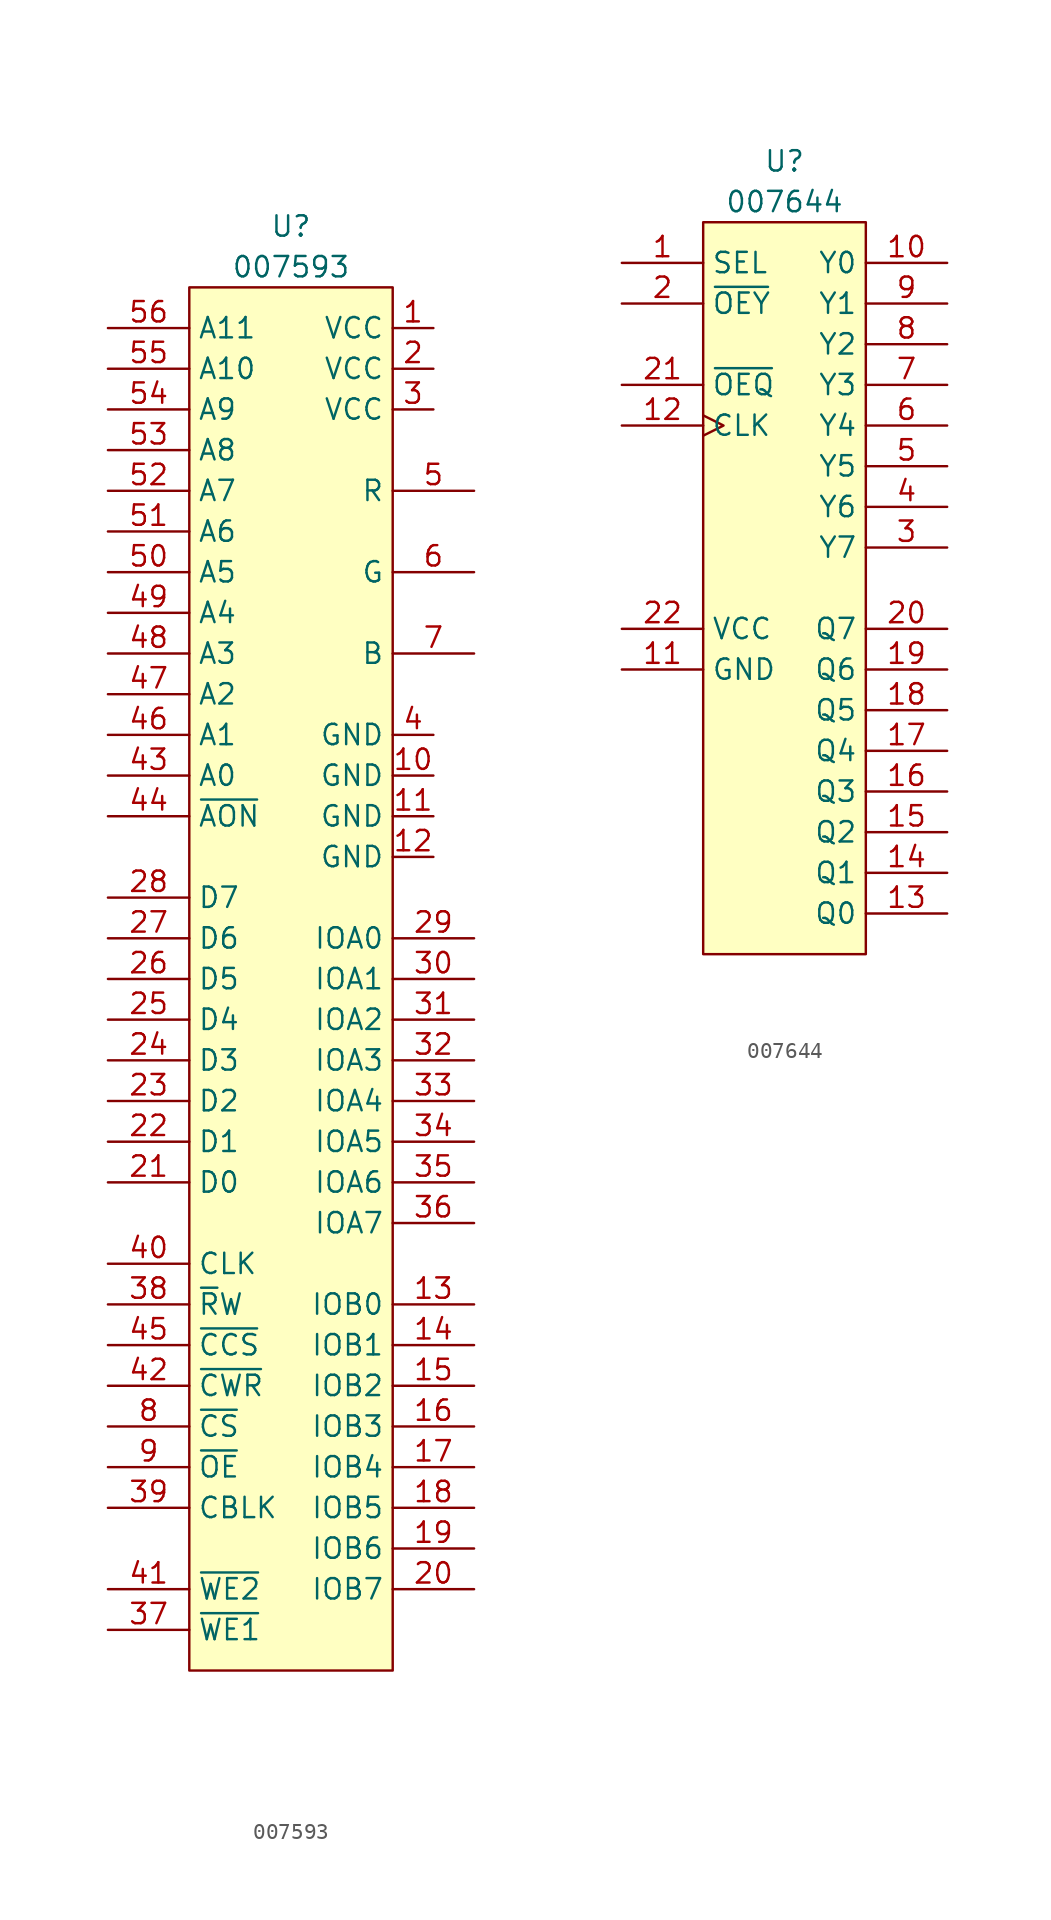
<source format=kicad_sym>
(kicad_symbol_lib
  (version 20231120)
  (generator "kicad_symbol_editor")
  (generator_version "8.0")
  (symbol "007593"
    (property "Reference" "U"
      (at 0 46.99 0)
      (effects (font (size 1.27 1.27))))
    (property "Value" "007593"
      (at 0 44.45 0)
      (effects (font (size 1.27 1.27))))
    (symbol "007593_1_1"
      (rectangle (start -6.35 43.18) (end 6.35 -43.18) (stroke (width 0) (type default)) (fill (type background)))
      (pin power_in line (at 8.89 40.64 180) (length 2.54) (name "VCC" (effects (font (size 1.27 1.27)))) (number "1" (effects (font (size 1.27 1.27)))))
      (pin power_in line (at 8.89 12.7 180) (length 2.54) (name "GND" (effects (font (size 1.27 1.27)))) (number "10" (effects (font (size 1.27 1.27)))))
      (pin power_in line (at 8.89 10.16 180) (length 2.54) (name "GND" (effects (font (size 1.27 1.27)))) (number "11" (effects (font (size 1.27 1.27)))))
      (pin power_in line (at 8.89 7.62 180) (length 2.54) (name "GND" (effects (font (size 1.27 1.27)))) (number "12" (effects (font (size 1.27 1.27)))))
      (pin tri_state line (at 11.43 -20.32 180) (length 5.08) (name "IOB0" (effects (font (size 1.27 1.27)))) (number "13" (effects (font (size 1.27 1.27)))))
      (pin tri_state line (at 11.43 -22.86 180) (length 5.08) (name "IOB1" (effects (font (size 1.27 1.27)))) (number "14" (effects (font (size 1.27 1.27)))))
      (pin tri_state line (at 11.43 -25.4 180) (length 5.08) (name "IOB2" (effects (font (size 1.27 1.27)))) (number "15" (effects (font (size 1.27 1.27)))))
      (pin tri_state line (at 11.43 -27.94 180) (length 5.08) (name "IOB3" (effects (font (size 1.27 1.27)))) (number "16" (effects (font (size 1.27 1.27)))))
      (pin tri_state line (at 11.43 -30.48 180) (length 5.08) (name "IOB4" (effects (font (size 1.27 1.27)))) (number "17" (effects (font (size 1.27 1.27)))))
      (pin tri_state line (at 11.43 -33.02 180) (length 5.08) (name "IOB5" (effects (font (size 1.27 1.27)))) (number "18" (effects (font (size 1.27 1.27)))))
      (pin tri_state line (at 11.43 -35.56 180) (length 5.08) (name "IOB6" (effects (font (size 1.27 1.27)))) (number "19" (effects (font (size 1.27 1.27)))))
      (pin power_in line (at 8.89 38.1 180) (length 2.54) (name "VCC" (effects (font (size 1.27 1.27)))) (number "2" (effects (font (size 1.27 1.27)))))
      (pin tri_state line (at 11.43 -38.1 180) (length 5.08) (name "IOB7" (effects (font (size 1.27 1.27)))) (number "20" (effects (font (size 1.27 1.27)))))
      (pin input line (at -11.43 -12.7 0) (length 5.08) (name "D0" (effects (font (size 1.27 1.27)))) (number "21" (effects (font (size 1.27 1.27)))))
      (pin input line (at -11.43 -10.16 0) (length 5.08) (name "D1" (effects (font (size 1.27 1.27)))) (number "22" (effects (font (size 1.27 1.27)))))
      (pin input line (at -11.43 -7.62 0) (length 5.08) (name "D2" (effects (font (size 1.27 1.27)))) (number "23" (effects (font (size 1.27 1.27)))))
      (pin input line (at -11.43 -5.08 0) (length 5.08) (name "D3" (effects (font (size 1.27 1.27)))) (number "24" (effects (font (size 1.27 1.27)))))
      (pin input line (at -11.43 -2.54 0) (length 5.08) (name "D4" (effects (font (size 1.27 1.27)))) (number "25" (effects (font (size 1.27 1.27)))))
      (pin input line (at -11.43 0 0) (length 5.08) (name "D5" (effects (font (size 1.27 1.27)))) (number "26" (effects (font (size 1.27 1.27)))))
      (pin input line (at -11.43 2.54 0) (length 5.08) (name "D6" (effects (font (size 1.27 1.27)))) (number "27" (effects (font (size 1.27 1.27)))))
      (pin input line (at -11.43 5.08 0) (length 5.08) (name "D7" (effects (font (size 1.27 1.27)))) (number "28" (effects (font (size 1.27 1.27)))))
      (pin tri_state line (at 11.43 2.54 180) (length 5.08) (name "IOA0" (effects (font (size 1.27 1.27)))) (number "29" (effects (font (size 1.27 1.27)))))
      (pin power_in line (at 8.89 35.56 180) (length 2.54) (name "VCC" (effects (font (size 1.27 1.27)))) (number "3" (effects (font (size 1.27 1.27)))))
      (pin tri_state line (at 11.43 0 180) (length 5.08) (name "IOA1" (effects (font (size 1.27 1.27)))) (number "30" (effects (font (size 1.27 1.27)))))
      (pin tri_state line (at 11.43 -2.54 180) (length 5.08) (name "IOA2" (effects (font (size 1.27 1.27)))) (number "31" (effects (font (size 1.27 1.27)))))
      (pin tri_state line (at 11.43 -5.08 180) (length 5.08) (name "IOA3" (effects (font (size 1.27 1.27)))) (number "32" (effects (font (size 1.27 1.27)))))
      (pin tri_state line (at 11.43 -7.62 180) (length 5.08) (name "IOA4" (effects (font (size 1.27 1.27)))) (number "33" (effects (font (size 1.27 1.27)))))
      (pin tri_state line (at 11.43 -10.16 180) (length 5.08) (name "IOA5" (effects (font (size 1.27 1.27)))) (number "34" (effects (font (size 1.27 1.27)))))
      (pin tri_state line (at 11.43 -12.7 180) (length 5.08) (name "IOA6" (effects (font (size 1.27 1.27)))) (number "35" (effects (font (size 1.27 1.27)))))
      (pin tri_state line (at 11.43 -15.24 180) (length 5.08) (name "IOA7" (effects (font (size 1.27 1.27)))) (number "36" (effects (font (size 1.27 1.27)))))
      (pin input line (at -11.43 -40.64 0) (length 5.08) (name "~{WE1}" (effects (font (size 1.27 1.27)))) (number "37" (effects (font (size 1.27 1.27)))))
      (pin input line (at -11.43 -20.32 0) (length 5.08) (name "~{R}W" (effects (font (size 1.27 1.27)))) (number "38" (effects (font (size 1.27 1.27)))))
      (pin input line (at -11.43 -33.02 0) (length 5.08) (name "CBLK" (effects (font (size 1.27 1.27)))) (number "39" (effects (font (size 1.27 1.27)))))
      (pin power_in line (at 8.89 15.24 180) (length 2.54) (name "GND" (effects (font (size 1.27 1.27)))) (number "4" (effects (font (size 1.27 1.27)))))
      (pin input line (at -11.43 -17.78 0) (length 5.08) (name "CLK" (effects (font (size 1.27 1.27)))) (number "40" (effects (font (size 1.27 1.27)))))
      (pin input line (at -11.43 -38.1 0) (length 5.08) (name "~{WE2}" (effects (font (size 1.27 1.27)))) (number "41" (effects (font (size 1.27 1.27)))))
      (pin input line (at -11.43 -25.4 0) (length 5.08) (name "~{CWR}" (effects (font (size 1.27 1.27)))) (number "42" (effects (font (size 1.27 1.27)))))
      (pin input line (at -11.43 12.7 0) (length 5.08) (name "A0" (effects (font (size 1.27 1.27)))) (number "43" (effects (font (size 1.27 1.27)))))
      (pin input line (at -11.43 10.16 0) (length 5.08) (name "~{AON}" (effects (font (size 1.27 1.27)))) (number "44" (effects (font (size 1.27 1.27)))))
      (pin input line (at -11.43 -22.86 0) (length 5.08) (name "~{CCS}" (effects (font (size 1.27 1.27)))) (number "45" (effects (font (size 1.27 1.27)))))
      (pin input line (at -11.43 15.24 0) (length 5.08) (name "A1" (effects (font (size 1.27 1.27)))) (number "46" (effects (font (size 1.27 1.27)))))
      (pin input line (at -11.43 17.78 0) (length 5.08) (name "A2" (effects (font (size 1.27 1.27)))) (number "47" (effects (font (size 1.27 1.27)))))
      (pin input line (at -11.43 20.32 0) (length 5.08) (name "A3" (effects (font (size 1.27 1.27)))) (number "48" (effects (font (size 1.27 1.27)))))
      (pin input line (at -11.43 22.86 0) (length 5.08) (name "A4" (effects (font (size 1.27 1.27)))) (number "49" (effects (font (size 1.27 1.27)))))
      (pin output line (at 11.43 30.48 180) (length 5.08) (name "R" (effects (font (size 1.27 1.27)))) (number "5" (effects (font (size 1.27 1.27)))))
      (pin input line (at -11.43 25.4 0) (length 5.08) (name "A5" (effects (font (size 1.27 1.27)))) (number "50" (effects (font (size 1.27 1.27)))))
      (pin input line (at -11.43 27.94 0) (length 5.08) (name "A6" (effects (font (size 1.27 1.27)))) (number "51" (effects (font (size 1.27 1.27)))))
      (pin input line (at -11.43 30.48 0) (length 5.08) (name "A7" (effects (font (size 1.27 1.27)))) (number "52" (effects (font (size 1.27 1.27)))))
      (pin input line (at -11.43 33.02 0) (length 5.08) (name "A8" (effects (font (size 1.27 1.27)))) (number "53" (effects (font (size 1.27 1.27)))))
      (pin input line (at -11.43 35.56 0) (length 5.08) (name "A9" (effects (font (size 1.27 1.27)))) (number "54" (effects (font (size 1.27 1.27)))))
      (pin input line (at -11.43 38.1 0) (length 5.08) (name "A10" (effects (font (size 1.27 1.27)))) (number "55" (effects (font (size 1.27 1.27)))))
      (pin input line (at -11.43 40.64 0) (length 5.08) (name "A11" (effects (font (size 1.27 1.27)))) (number "56" (effects (font (size 1.27 1.27)))))
      (pin output line (at 11.43 25.4 180) (length 5.08) (name "G" (effects (font (size 1.27 1.27)))) (number "6" (effects (font (size 1.27 1.27)))))
      (pin output line (at 11.43 20.32 180) (length 5.08) (name "B" (effects (font (size 1.27 1.27)))) (number "7" (effects (font (size 1.27 1.27)))))
      (pin input line (at -11.43 -27.94 0) (length 5.08) (name "~{CS}" (effects (font (size 1.27 1.27)))) (number "8" (effects (font (size 1.27 1.27)))))
      (pin input line (at -11.43 -30.48 0) (length 5.08) (name "~{OE}" (effects (font (size 1.27 1.27)))) (number "9" (effects (font (size 1.27 1.27)))))))
  (symbol "007644"
    (property "Reference" "U"
      (at 0 26.67 0)
      (effects (font (size 1.27 1.27))))
    (property "Value" "007644"
      (at 0 24.13 0)
      (effects (font (size 1.27 1.27))))
    (symbol "007644_0_1"
      (rectangle (start -5.08 22.86) (end 5.08 -22.86) (stroke (width 0) (type default)) (fill (type background))))
    (symbol "007644_1_1"
      (pin input line (at -10.16 20.32 0) (length 5.08) (name "SEL" (effects (font (size 1.27 1.27)))) (number "1" (effects (font (size 1.27 1.27)))))
      (pin bidirectional line (at 10.16 20.32 180) (length 5.08) (name "Y0" (effects (font (size 1.27 1.27)))) (number "10" (effects (font (size 1.27 1.27)))))
      (pin power_in line (at -10.16 -5.08 0) (length 5.08) (name "GND" (effects (font (size 1.27 1.27)))) (number "11" (effects (font (size 1.27 1.27)))))
      (pin input clock (at -10.16 10.16 0) (length 5.08) (name "CLK" (effects (font (size 1.27 1.27)))) (number "12" (effects (font (size 1.27 1.27)))))
      (pin bidirectional line (at 10.16 -20.32 180) (length 5.08) (name "Q0" (effects (font (size 1.27 1.27)))) (number "13" (effects (font (size 1.27 1.27)))))
      (pin bidirectional line (at 10.16 -17.78 180) (length 5.08) (name "Q1" (effects (font (size 1.27 1.27)))) (number "14" (effects (font (size 1.27 1.27)))))
      (pin bidirectional line (at 10.16 -15.24 180) (length 5.08) (name "Q2" (effects (font (size 1.27 1.27)))) (number "15" (effects (font (size 1.27 1.27)))))
      (pin bidirectional line (at 10.16 -12.7 180) (length 5.08) (name "Q3" (effects (font (size 1.27 1.27)))) (number "16" (effects (font (size 1.27 1.27)))))
      (pin bidirectional line (at 10.16 -10.16 180) (length 5.08) (name "Q4" (effects (font (size 1.27 1.27)))) (number "17" (effects (font (size 1.27 1.27)))))
      (pin bidirectional line (at 10.16 -7.62 180) (length 5.08) (name "Q5" (effects (font (size 1.27 1.27)))) (number "18" (effects (font (size 1.27 1.27)))))
      (pin bidirectional line (at 10.16 -5.08 180) (length 5.08) (name "Q6" (effects (font (size 1.27 1.27)))) (number "19" (effects (font (size 1.27 1.27)))))
      (pin input line (at -10.16 17.78 0) (length 5.08) (name "~{OEY}" (effects (font (size 1.27 1.27)))) (number "2" (effects (font (size 1.27 1.27)))))
      (pin bidirectional line (at 10.16 -2.54 180) (length 5.08) (name "Q7" (effects (font (size 1.27 1.27)))) (number "20" (effects (font (size 1.27 1.27)))))
      (pin input line (at -10.16 12.7 0) (length 5.08) (name "~{OEQ}" (effects (font (size 1.27 1.27)))) (number "21" (effects (font (size 1.27 1.27)))))
      (pin power_in line (at -10.16 -2.54 0) (length 5.08) (name "VCC" (effects (font (size 1.27 1.27)))) (number "22" (effects (font (size 1.27 1.27)))))
      (pin bidirectional line (at 10.16 2.54 180) (length 5.08) (name "Y7" (effects (font (size 1.27 1.27)))) (number "3" (effects (font (size 1.27 1.27)))))
      (pin bidirectional line (at 10.16 5.08 180) (length 5.08) (name "Y6" (effects (font (size 1.27 1.27)))) (number "4" (effects (font (size 1.27 1.27)))))
      (pin bidirectional line (at 10.16 7.62 180) (length 5.08) (name "Y5" (effects (font (size 1.27 1.27)))) (number "5" (effects (font (size 1.27 1.27)))))
      (pin bidirectional line (at 10.16 10.16 180) (length 5.08) (name "Y4" (effects (font (size 1.27 1.27)))) (number "6" (effects (font (size 1.27 1.27)))))
      (pin bidirectional line (at 10.16 12.7 180) (length 5.08) (name "Y3" (effects (font (size 1.27 1.27)))) (number "7" (effects (font (size 1.27 1.27)))))
      (pin bidirectional line (at 10.16 15.24 180) (length 5.08) (name "Y2" (effects (font (size 1.27 1.27)))) (number "8" (effects (font (size 1.27 1.27)))))
      (pin bidirectional line (at 10.16 17.78 180) (length 5.08) (name "Y1" (effects (font (size 1.27 1.27)))) (number "9" (effects (font (size 1.27 1.27))))))))
</source>
